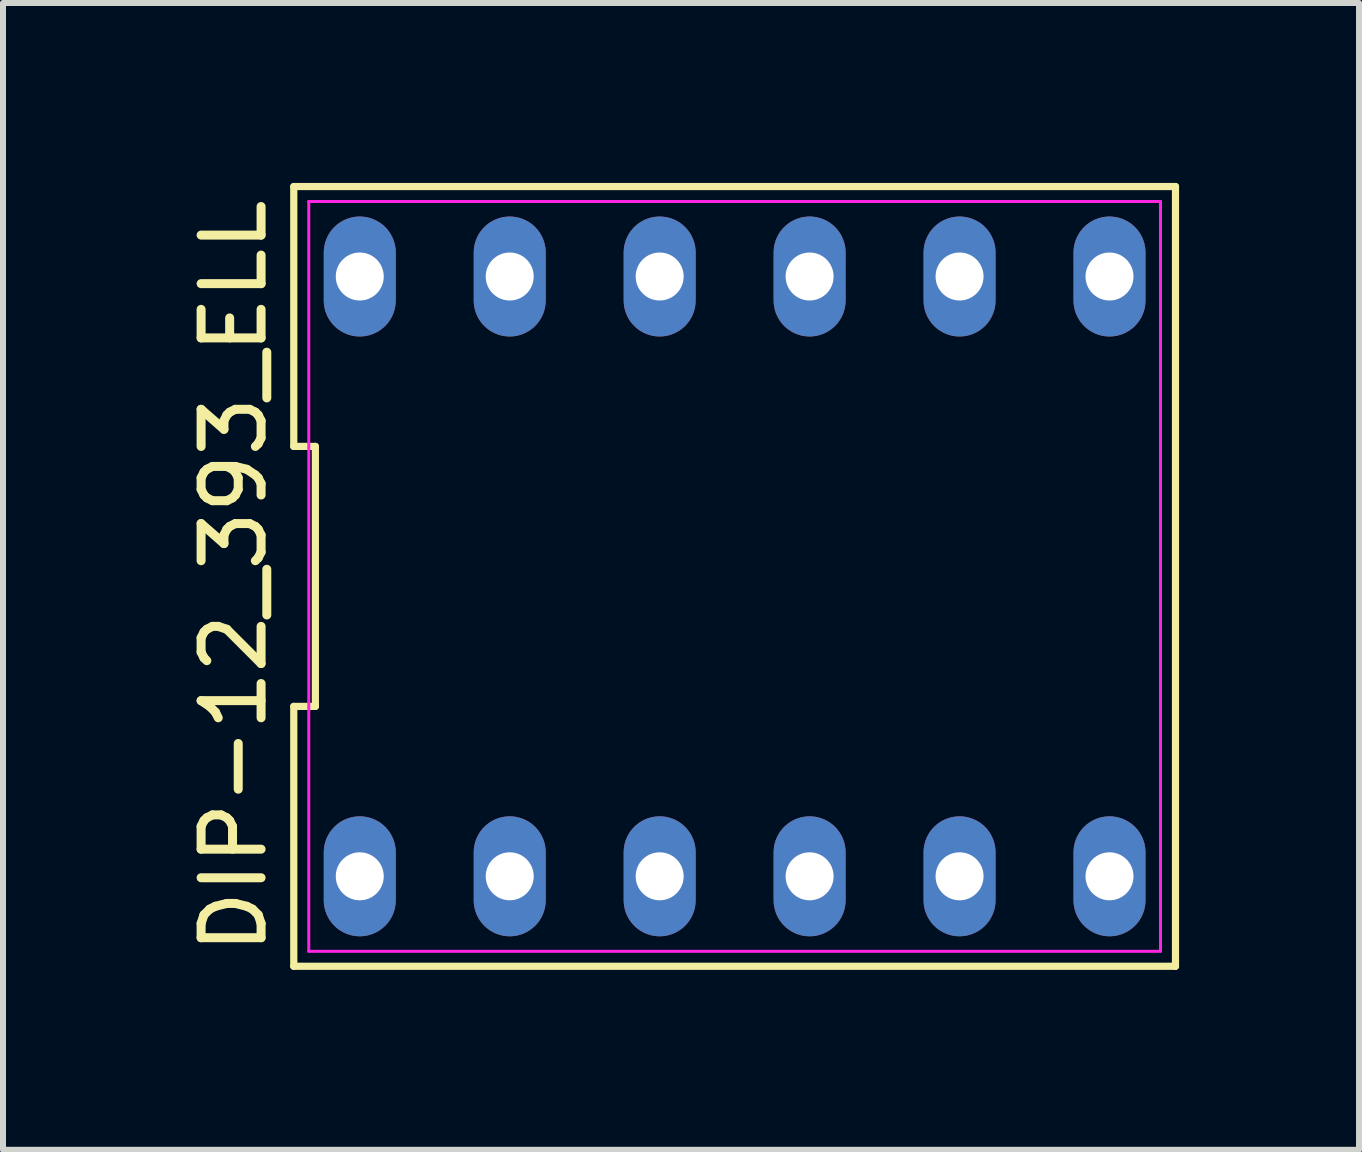
<source format=kicad_pcb>
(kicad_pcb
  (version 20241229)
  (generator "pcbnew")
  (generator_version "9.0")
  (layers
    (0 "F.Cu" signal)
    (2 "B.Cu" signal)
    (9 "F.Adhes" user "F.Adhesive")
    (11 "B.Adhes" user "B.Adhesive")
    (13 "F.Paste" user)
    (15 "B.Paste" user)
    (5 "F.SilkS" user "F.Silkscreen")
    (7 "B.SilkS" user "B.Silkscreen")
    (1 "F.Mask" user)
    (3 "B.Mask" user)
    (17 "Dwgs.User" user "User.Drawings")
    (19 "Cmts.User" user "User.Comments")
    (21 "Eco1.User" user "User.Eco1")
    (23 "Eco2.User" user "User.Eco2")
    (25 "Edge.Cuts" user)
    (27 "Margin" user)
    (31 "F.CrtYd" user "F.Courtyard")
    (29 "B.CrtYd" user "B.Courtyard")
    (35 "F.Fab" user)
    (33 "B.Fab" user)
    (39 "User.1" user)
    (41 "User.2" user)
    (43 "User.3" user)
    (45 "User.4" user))
  (footprint "DIP-12_393_ELL"
    (layer "F.Cu")
    (at 9.198 6.56)
    (property "Reference" "DIP-12_393_ELL" (at -8.35 0 90) (layer "F.SilkS") (effects (font (size 1 1) (thickness 0.15))))
    (attr through_hole)
    (fp_line (start -7.35 -6.5) (end -7.35 -2.167) (stroke (width 0.12) (type solid)) (layer "F.SilkS"))
    (fp_line (start -7.35 -2.167) (end -6.99 -2.167) (stroke (width 0.12) (type solid)) (layer "F.SilkS"))
    (fp_line (start -7.35 2.167) (end -7.35 6.5) (stroke (width 0.12) (type solid)) (layer "F.SilkS"))
    (fp_line (start -7.35 6.5) (end 7.35 6.5) (stroke (width 0.12) (type solid)) (layer "F.SilkS"))
    (fp_line (start -6.99 -2.167) (end -6.99 2.167) (stroke (width 0.12) (type solid)) (layer "F.SilkS"))
    (fp_line (start -6.99 2.167) (end -7.35 2.167) (stroke (width 0.12) (type solid)) (layer "F.SilkS"))
    (fp_line (start 7.35 -6.5) (end -7.35 -6.5) (stroke (width 0.12) (type solid)) (layer "F.SilkS"))
    (fp_line (start 7.35 6.5) (end 7.35 -6.5) (stroke (width 0.12) (type solid)) (layer "F.SilkS"))
    (fp_line (start -7.1 -6.25) (end 7.1 -6.25) (stroke (width 0.05) (type solid)) (layer "F.CrtYd"))
    (fp_line (start -7.1 6.25) (end -7.1 -6.25) (stroke (width 0.05) (type solid)) (layer "F.CrtYd"))
    (fp_line (start 7.1 -6.25) (end 7.1 6.25) (stroke (width 0.05) (type solid)) (layer "F.CrtYd"))
    (fp_line (start 7.1 6.25) (end -7.1 6.25) (stroke (width 0.05) (type solid)) (layer "F.CrtYd"))
    (pad "1" thru_hole oval (at -6.25 5) (size 1.2 2) (drill 0.8) (layers "*.Cu" "*.Mask"))
    (pad "2" thru_hole oval (at -3.75 5) (size 1.2 2) (drill 0.8) (layers "*.Cu" "*.Mask"))
    (pad "3" thru_hole oval (at -1.25 5) (size 1.2 2) (drill 0.8) (layers "*.Cu" "*.Mask"))
    (pad "4" thru_hole oval (at 1.25 5) (size 1.2 2) (drill 0.8) (layers "*.Cu" "*.Mask"))
    (pad "5" thru_hole oval (at 3.75 5) (size 1.2 2) (drill 0.8) (layers "*.Cu" "*.Mask"))
    (pad "6" thru_hole oval (at 6.25 5) (size 1.2 2) (drill 0.8) (layers "*.Cu" "*.Mask"))
    (pad "7" thru_hole oval (at 6.25 -5) (size 1.2 2) (drill 0.8) (layers "*.Cu" "*.Mask"))
    (pad "8" thru_hole oval (at 3.75 -5) (size 1.2 2) (drill 0.8) (layers "*.Cu" "*.Mask"))
    (pad "9" thru_hole oval (at 1.25 -5) (size 1.2 2) (drill 0.8) (layers "*.Cu" "*.Mask"))
    (pad "10" thru_hole oval (at -1.25 -5) (size 1.2 2) (drill 0.8) (layers "*.Cu" "*.Mask"))
    (pad "11" thru_hole oval (at -3.75 -5) (size 1.2 2) (drill 0.8) (layers "*.Cu" "*.Mask"))
    (pad "12" thru_hole oval (at -6.25 -5) (size 1.2 2) (drill 0.8) (layers "*.Cu" "*.Mask")))
  (gr_rect
    (start -3 -3)
    (end 19.608 16.12)
    (stroke (width 0.1) (type default))
    (fill no)
    (layer "Edge.Cuts")))
</source>
